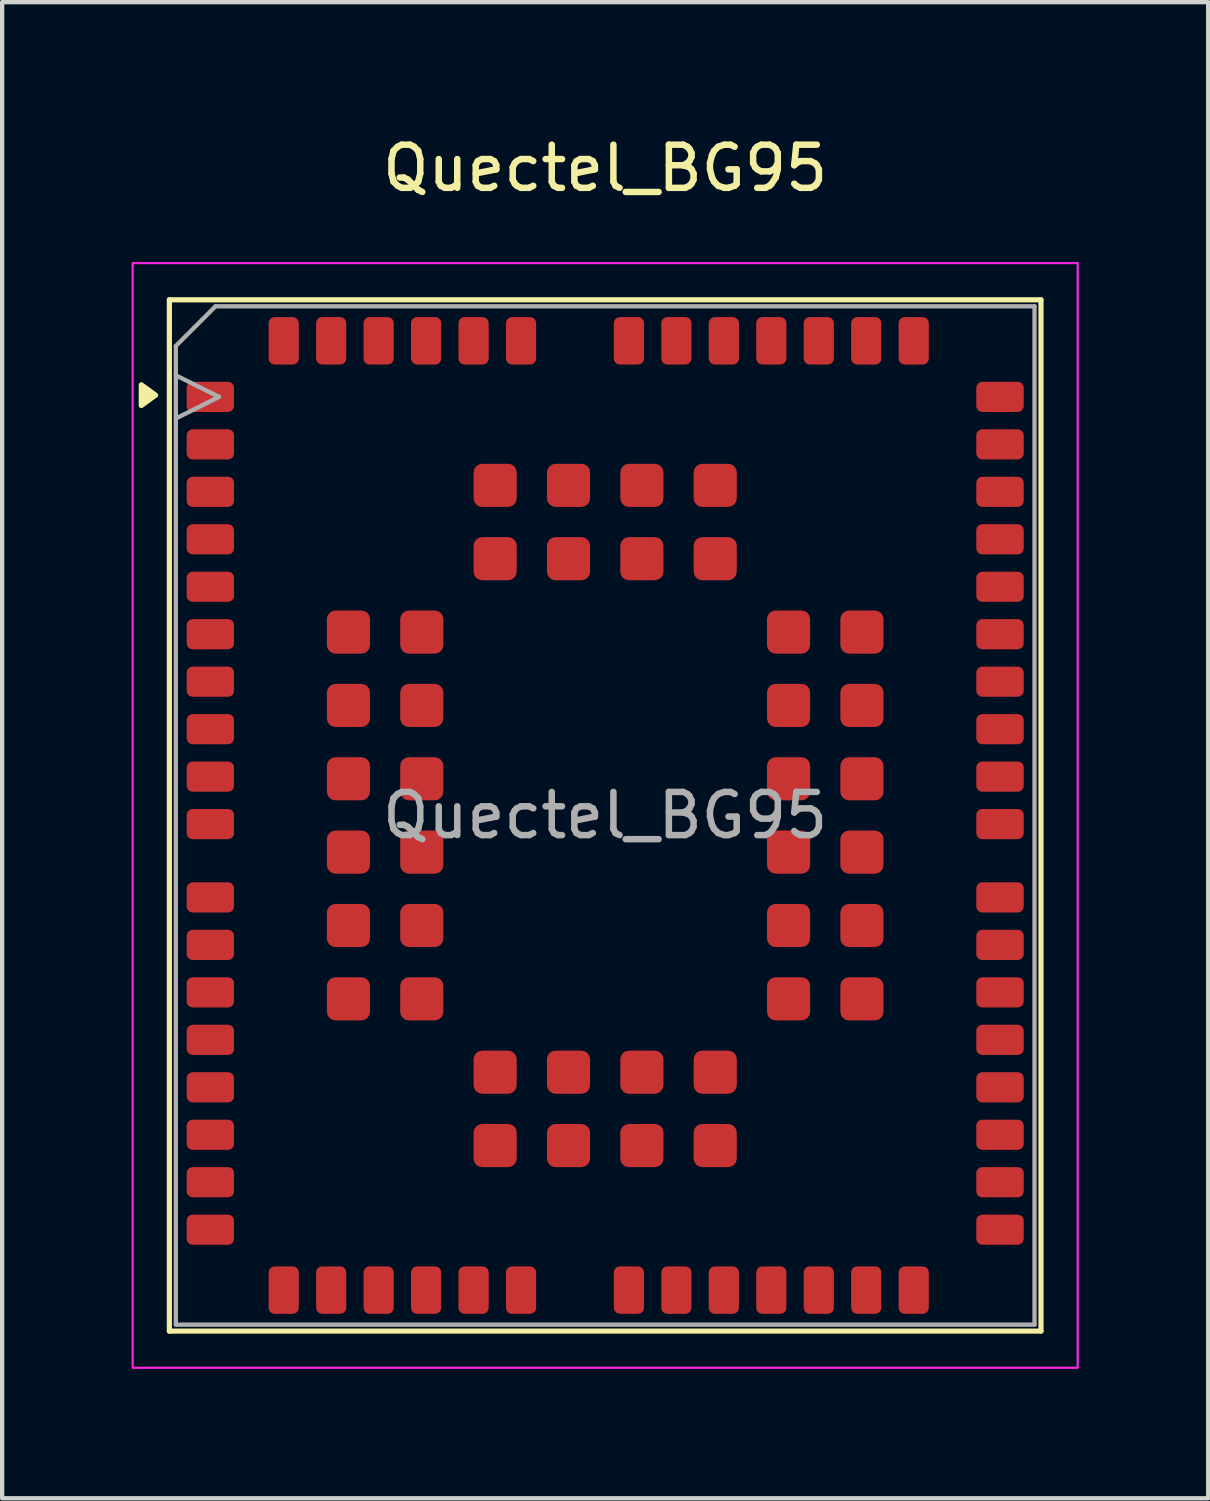
<source format=kicad_pcb>
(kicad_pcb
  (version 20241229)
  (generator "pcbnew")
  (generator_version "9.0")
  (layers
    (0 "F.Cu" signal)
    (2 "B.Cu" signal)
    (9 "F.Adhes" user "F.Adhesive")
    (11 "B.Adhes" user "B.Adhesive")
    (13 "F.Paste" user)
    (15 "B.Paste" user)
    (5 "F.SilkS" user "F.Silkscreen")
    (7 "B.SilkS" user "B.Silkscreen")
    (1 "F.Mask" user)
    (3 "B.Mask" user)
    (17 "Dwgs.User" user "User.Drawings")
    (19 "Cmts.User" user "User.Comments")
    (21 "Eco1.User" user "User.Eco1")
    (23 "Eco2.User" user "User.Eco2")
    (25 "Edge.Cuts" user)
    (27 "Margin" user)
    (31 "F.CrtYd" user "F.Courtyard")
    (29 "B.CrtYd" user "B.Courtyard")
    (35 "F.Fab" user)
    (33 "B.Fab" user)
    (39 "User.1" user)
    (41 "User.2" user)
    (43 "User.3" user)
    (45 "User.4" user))
  (footprint "Quectel_BG95"
    (layer "F.Cu")
    (at 10.975 15.848)
    (property "Reference" "Quectel_BG95" (at 0 -15 0) (layer "F.SilkS") (effects (font (size 1 1) (thickness 0.15))))
    (attr smd)
    (fp_line (start -10.1 -11.95) (end 10.1 -11.95) (stroke (width 0.12) (type solid)) (layer "F.SilkS"))
    (fp_line (start -10.1 11.95) (end -10.1 -11.95) (stroke (width 0.12) (type solid)) (layer "F.SilkS"))
    (fp_line (start 10.1 -11.95) (end 10.1 11.95) (stroke (width 0.12) (type solid)) (layer "F.SilkS"))
    (fp_line (start 10.1 11.95) (end -10.1 11.95) (stroke (width 0.12) (type solid)) (layer "F.SilkS"))
    (fp_poly (pts (xy -10.42 -9.74) (xy -10.75 -9.5) (xy -10.75 -9.98) (xy -10.42 -9.74)) (stroke (width 0.12) (type solid)) (fill yes) (layer "F.SilkS"))
    (fp_rect (start -10.95 -12.8) (end 10.95 12.8) (stroke (width 0.05) (type solid)) (fill no) (layer "F.CrtYd"))
    (fp_line (start -9.95 -10.88) (end -9.03 -11.8) (stroke (width 0.1) (type solid)) (layer "F.Fab"))
    (fp_line (start -9.95 -10.2) (end -8.95 -9.7) (stroke (width 0.1) (type solid)) (layer "F.Fab"))
    (fp_line (start -9.95 11.8) (end -9.95 -10.88) (stroke (width 0.1) (type solid)) (layer "F.Fab"))
    (fp_line (start -9.03 -11.8) (end 9.95 -11.8) (stroke (width 0.1) (type solid)) (layer "F.Fab"))
    (fp_line (start -8.95 -9.7) (end -9.95 -9.2) (stroke (width 0.1) (type solid)) (layer "F.Fab"))
    (fp_line (start 9.95 -11.8) (end 9.95 11.8) (stroke (width 0.1) (type solid)) (layer "F.Fab"))
    (fp_line (start 9.95 11.8) (end -9.95 11.8) (stroke (width 0.1) (type solid)) (layer "F.Fab"))
    (fp_text user "${REFERENCE}" (at 0 0 0) (layer "F.Fab") (effects (font (size 1 1) (thickness 0.15))))
    (pad "1" smd roundrect (at -9.15 -9.7) (size 1.1 0.7) (layers "F.Cu" "F.Mask" "F.Paste") (roundrect_rratio 0.2))
    (pad "2" smd roundrect (at -9.15 -8.6) (size 1.1 0.7) (layers "F.Cu" "F.Mask" "F.Paste") (roundrect_rratio 0.2))
    (pad "3" smd roundrect (at -9.15 -7.5) (size 1.1 0.7) (layers "F.Cu" "F.Mask" "F.Paste") (roundrect_rratio 0.2))
    (pad "4" smd roundrect (at -9.15 -6.4) (size 1.1 0.7) (layers "F.Cu" "F.Mask" "F.Paste") (roundrect_rratio 0.2))
    (pad "5" smd roundrect (at -9.15 -5.3) (size 1.1 0.7) (layers "F.Cu" "F.Mask" "F.Paste") (roundrect_rratio 0.2))
    (pad "6" smd roundrect (at -9.15 -4.2) (size 1.1 0.7) (layers "F.Cu" "F.Mask" "F.Paste") (roundrect_rratio 0.2))
    (pad "7" smd roundrect (at -9.15 -3.1) (size 1.1 0.7) (layers "F.Cu" "F.Mask" "F.Paste") (roundrect_rratio 0.2))
    (pad "8" smd roundrect (at -9.15 -2) (size 1.1 0.7) (layers "F.Cu" "F.Mask" "F.Paste") (roundrect_rratio 0.2))
    (pad "9" smd roundrect (at -9.15 -0.9) (size 1.1 0.7) (layers "F.Cu" "F.Mask" "F.Paste") (roundrect_rratio 0.2))
    (pad "10" smd roundrect (at -9.15 0.2) (size 1.1 0.7) (layers "F.Cu" "F.Mask" "F.Paste") (roundrect_rratio 0.2))
    (pad "11" smd roundrect (at -9.15 1.9) (size 1.1 0.7) (layers "F.Cu" "F.Mask" "F.Paste") (roundrect_rratio 0.2))
    (pad "12" smd roundrect (at -9.15 3) (size 1.1 0.7) (layers "F.Cu" "F.Mask" "F.Paste") (roundrect_rratio 0.2))
    (pad "13" smd roundrect (at -9.15 4.1) (size 1.1 0.7) (layers "F.Cu" "F.Mask" "F.Paste") (roundrect_rratio 0.2))
    (pad "14" smd roundrect (at -9.15 5.2) (size 1.1 0.7) (layers "F.Cu" "F.Mask" "F.Paste") (roundrect_rratio 0.2))
    (pad "15" smd roundrect (at -9.15 6.3) (size 1.1 0.7) (layers "F.Cu" "F.Mask" "F.Paste") (roundrect_rratio 0.2))
    (pad "16" smd roundrect (at -9.15 7.4) (size 1.1 0.7) (layers "F.Cu" "F.Mask" "F.Paste") (roundrect_rratio 0.2))
    (pad "17" smd roundrect (at -9.15 8.5) (size 1.1 0.7) (layers "F.Cu" "F.Mask" "F.Paste") (roundrect_rratio 0.2))
    (pad "18" smd roundrect (at -9.15 9.6) (size 1.1 0.7) (layers "F.Cu" "F.Mask" "F.Paste") (roundrect_rratio 0.2))
    (pad "19" smd roundrect (at -7.45 11) (size 0.7 1.1) (layers "F.Cu" "F.Mask" "F.Paste") (roundrect_rratio 0.2))
    (pad "20" smd roundrect (at -6.35 11) (size 0.7 1.1) (layers "F.Cu" "F.Mask" "F.Paste") (roundrect_rratio 0.2))
    (pad "21" smd roundrect (at -5.25 11) (size 0.7 1.1) (layers "F.Cu" "F.Mask" "F.Paste") (roundrect_rratio 0.2))
    (pad "22" smd roundrect (at -4.15 11) (size 0.7 1.1) (layers "F.Cu" "F.Mask" "F.Paste") (roundrect_rratio 0.2))
    (pad "23" smd roundrect (at -3.05 11) (size 0.7 1.1) (layers "F.Cu" "F.Mask" "F.Paste") (roundrect_rratio 0.2))
    (pad "24" smd roundrect (at -1.95 11) (size 0.7 1.1) (layers "F.Cu" "F.Mask" "F.Paste") (roundrect_rratio 0.2))
    (pad "25" smd roundrect (at 0.55 11) (size 0.7 1.1) (layers "F.Cu" "F.Mask" "F.Paste") (roundrect_rratio 0.2))
    (pad "26" smd roundrect (at 1.65 11) (size 0.7 1.1) (layers "F.Cu" "F.Mask" "F.Paste") (roundrect_rratio 0.2))
    (pad "27" smd roundrect (at 2.75 11) (size 0.7 1.1) (layers "F.Cu" "F.Mask" "F.Paste") (roundrect_rratio 0.2))
    (pad "28" smd roundrect (at 3.85 11) (size 0.7 1.1) (layers "F.Cu" "F.Mask" "F.Paste") (roundrect_rratio 0.2))
    (pad "29" smd roundrect (at 4.95 11) (size 0.7 1.1) (layers "F.Cu" "F.Mask" "F.Paste") (roundrect_rratio 0.2))
    (pad "30" smd roundrect (at 6.05 11) (size 0.7 1.1) (layers "F.Cu" "F.Mask" "F.Paste") (roundrect_rratio 0.2))
    (pad "31" smd roundrect (at 7.15 11) (size 0.7 1.1) (layers "F.Cu" "F.Mask" "F.Paste") (roundrect_rratio 0.2))
    (pad "32" smd roundrect (at 9.15 9.6) (size 1.1 0.7) (layers "F.Cu" "F.Mask" "F.Paste") (roundrect_rratio 0.2))
    (pad "33" smd roundrect (at 9.15 8.5) (size 1.1 0.7) (layers "F.Cu" "F.Mask" "F.Paste") (roundrect_rratio 0.2))
    (pad "34" smd roundrect (at 9.15 7.4) (size 1.1 0.7) (layers "F.Cu" "F.Mask" "F.Paste") (roundrect_rratio 0.2))
    (pad "35" smd roundrect (at 9.15 6.3) (size 1.1 0.7) (layers "F.Cu" "F.Mask" "F.Paste") (roundrect_rratio 0.2))
    (pad "36" smd roundrect (at 9.15 5.2) (size 1.1 0.7) (layers "F.Cu" "F.Mask" "F.Paste") (roundrect_rratio 0.2))
    (pad "37" smd roundrect (at 9.15 4.1) (size 1.1 0.7) (layers "F.Cu" "F.Mask" "F.Paste") (roundrect_rratio 0.2))
    (pad "38" smd roundrect (at 9.15 3) (size 1.1 0.7) (layers "F.Cu" "F.Mask" "F.Paste") (roundrect_rratio 0.2))
    (pad "39" smd roundrect (at 9.15 1.9) (size 1.1 0.7) (layers "F.Cu" "F.Mask" "F.Paste") (roundrect_rratio 0.2))
    (pad "40" smd roundrect (at 9.15 0.2) (size 1.1 0.7) (layers "F.Cu" "F.Mask" "F.Paste") (roundrect_rratio 0.2))
    (pad "41" smd roundrect (at 9.15 -0.9) (size 1.1 0.7) (layers "F.Cu" "F.Mask" "F.Paste") (roundrect_rratio 0.2))
    (pad "42" smd roundrect (at 9.15 -2) (size 1.1 0.7) (layers "F.Cu" "F.Mask" "F.Paste") (roundrect_rratio 0.2))
    (pad "43" smd roundrect (at 9.15 -3.1) (size 1.1 0.7) (layers "F.Cu" "F.Mask" "F.Paste") (roundrect_rratio 0.2))
    (pad "44" smd roundrect (at 9.15 -4.2) (size 1.1 0.7) (layers "F.Cu" "F.Mask" "F.Paste") (roundrect_rratio 0.2))
    (pad "45" smd roundrect (at 9.15 -5.3) (size 1.1 0.7) (layers "F.Cu" "F.Mask" "F.Paste") (roundrect_rratio 0.2))
    (pad "46" smd roundrect (at 9.15 -6.4) (size 1.1 0.7) (layers "F.Cu" "F.Mask" "F.Paste") (roundrect_rratio 0.2))
    (pad "47" smd roundrect (at 9.15 -7.5) (size 1.1 0.7) (layers "F.Cu" "F.Mask" "F.Paste") (roundrect_rratio 0.2))
    (pad "48" smd roundrect (at 9.15 -8.6) (size 1.1 0.7) (layers "F.Cu" "F.Mask" "F.Paste") (roundrect_rratio 0.2))
    (pad "49" smd roundrect (at 9.15 -9.7) (size 1.1 0.7) (layers "F.Cu" "F.Mask" "F.Paste") (roundrect_rratio 0.2))
    (pad "50" smd roundrect (at 7.15 -11) (size 0.7 1.1) (layers "F.Cu" "F.Mask" "F.Paste") (roundrect_rratio 0.2))
    (pad "51" smd roundrect (at 6.05 -11) (size 0.7 1.1) (layers "F.Cu" "F.Mask" "F.Paste") (roundrect_rratio 0.2))
    (pad "52" smd roundrect (at 4.95 -11) (size 0.7 1.1) (layers "F.Cu" "F.Mask" "F.Paste") (roundrect_rratio 0.2))
    (pad "53" smd roundrect (at 3.85 -11) (size 0.7 1.1) (layers "F.Cu" "F.Mask" "F.Paste") (roundrect_rratio 0.2))
    (pad "54" smd roundrect (at 2.75 -11) (size 0.7 1.1) (layers "F.Cu" "F.Mask" "F.Paste") (roundrect_rratio 0.2))
    (pad "55" smd roundrect (at 1.65 -11) (size 0.7 1.1) (layers "F.Cu" "F.Mask" "F.Paste") (roundrect_rratio 0.2))
    (pad "56" smd roundrect (at 0.55 -11) (size 0.7 1.1) (layers "F.Cu" "F.Mask" "F.Paste") (roundrect_rratio 0.2))
    (pad "57" smd roundrect (at -1.95 -11) (size 0.7 1.1) (layers "F.Cu" "F.Mask" "F.Paste") (roundrect_rratio 0.2))
    (pad "58" smd roundrect (at -3.05 -11) (size 0.7 1.1) (layers "F.Cu" "F.Mask" "F.Paste") (roundrect_rratio 0.2))
    (pad "59" smd roundrect (at -4.15 -11) (size 0.7 1.1) (layers "F.Cu" "F.Mask" "F.Paste") (roundrect_rratio 0.2))
    (pad "60" smd roundrect (at -5.25 -11) (size 0.7 1.1) (layers "F.Cu" "F.Mask" "F.Paste") (roundrect_rratio 0.2))
    (pad "61" smd roundrect (at -6.35 -11) (size 0.7 1.1) (layers "F.Cu" "F.Mask" "F.Paste") (roundrect_rratio 0.2))
    (pad "62" smd roundrect (at -7.45 -11) (size 0.7 1.1) (layers "F.Cu" "F.Mask" "F.Paste") (roundrect_rratio 0.2))
    (pad "63" smd roundrect (at -5.95 -4.25) (size 1 1) (layers "F.Cu" "F.Mask" "F.Paste") (roundrect_rratio 0.2))
    (pad "64" smd roundrect (at -5.95 -2.55) (size 1 1) (layers "F.Cu" "F.Mask" "F.Paste") (roundrect_rratio 0.2))
    (pad "65" smd roundrect (at -5.95 -0.85) (size 1 1) (layers "F.Cu" "F.Mask" "F.Paste") (roundrect_rratio 0.2))
    (pad "66" smd roundrect (at -5.95 0.85) (size 1 1) (layers "F.Cu" "F.Mask" "F.Paste") (roundrect_rratio 0.2))
    (pad "67" smd roundrect (at -5.95 2.55) (size 1 1) (layers "F.Cu" "F.Mask" "F.Paste") (roundrect_rratio 0.2))
    (pad "68" smd roundrect (at -5.95 4.25) (size 1 1) (layers "F.Cu" "F.Mask" "F.Paste") (roundrect_rratio 0.2))
    (pad "69" smd roundrect (at -2.55 7.65 90) (size 1 1) (layers "F.Cu" "F.Mask" "F.Paste") (roundrect_rratio 0.2))
    (pad "70" smd roundrect (at -0.85 7.65 90) (size 1 1) (layers "F.Cu" "F.Mask" "F.Paste") (roundrect_rratio 0.2))
    (pad "71" smd roundrect (at 0.85 7.65 90) (size 1 1) (layers "F.Cu" "F.Mask" "F.Paste") (roundrect_rratio 0.2))
    (pad "72" smd roundrect (at 2.55 7.65 90) (size 1 1) (layers "F.Cu" "F.Mask" "F.Paste") (roundrect_rratio 0.2))
    (pad "73" smd roundrect (at 5.95 4.25) (size 1 1) (layers "F.Cu" "F.Mask" "F.Paste") (roundrect_rratio 0.2))
    (pad "74" smd roundrect (at 5.95 2.55) (size 1 1) (layers "F.Cu" "F.Mask" "F.Paste") (roundrect_rratio 0.2))
    (pad "75" smd roundrect (at 5.95 0.85) (size 1 1) (layers "F.Cu" "F.Mask" "F.Paste") (roundrect_rratio 0.2))
    (pad "76" smd roundrect (at 5.95 -0.85) (size 1 1) (layers "F.Cu" "F.Mask" "F.Paste") (roundrect_rratio 0.2))
    (pad "77" smd roundrect (at 5.95 -2.55) (size 1 1) (layers "F.Cu" "F.Mask" "F.Paste") (roundrect_rratio 0.2))
    (pad "78" smd roundrect (at 5.95 -4.25) (size 1 1) (layers "F.Cu" "F.Mask" "F.Paste") (roundrect_rratio 0.2))
    (pad "79" smd roundrect (at 2.55 -7.65 90) (size 1 1) (layers "F.Cu" "F.Mask" "F.Paste") (roundrect_rratio 0.2))
    (pad "80" smd roundrect (at 0.85 -7.65 90) (size 1 1) (layers "F.Cu" "F.Mask" "F.Paste") (roundrect_rratio 0.2))
    (pad "81" smd roundrect (at -0.85 -7.65 90) (size 1 1) (layers "F.Cu" "F.Mask" "F.Paste") (roundrect_rratio 0.2))
    (pad "82" smd roundrect (at -2.55 -7.65 90) (size 1 1) (layers "F.Cu" "F.Mask" "F.Paste") (roundrect_rratio 0.2))
    (pad "83" smd roundrect (at -4.25 -4.25) (size 1 1) (layers "F.Cu" "F.Mask" "F.Paste") (roundrect_rratio 0.2))
    (pad "84" smd roundrect (at -4.25 -2.55) (size 1 1) (layers "F.Cu" "F.Mask" "F.Paste") (roundrect_rratio 0.2))
    (pad "85" smd roundrect (at -4.25 -0.85) (size 1 1) (layers "F.Cu" "F.Mask" "F.Paste") (roundrect_rratio 0.2))
    (pad "86" smd roundrect (at -4.25 0.85) (size 1 1) (layers "F.Cu" "F.Mask" "F.Paste") (roundrect_rratio 0.2))
    (pad "87" smd roundrect (at -4.25 2.55) (size 1 1) (layers "F.Cu" "F.Mask" "F.Paste") (roundrect_rratio 0.2))
    (pad "88" smd roundrect (at -4.25 4.25) (size 1 1) (layers "F.Cu" "F.Mask" "F.Paste") (roundrect_rratio 0.2))
    (pad "89" smd roundrect (at -2.55 5.95 90) (size 1 1) (layers "F.Cu" "F.Mask" "F.Paste") (roundrect_rratio 0.2))
    (pad "90" smd roundrect (at -0.85 5.95 90) (size 1 1) (layers "F.Cu" "F.Mask" "F.Paste") (roundrect_rratio 0.2))
    (pad "91" smd roundrect (at 0.85 5.95 90) (size 1 1) (layers "F.Cu" "F.Mask" "F.Paste") (roundrect_rratio 0.2))
    (pad "92" smd roundrect (at 2.55 5.95 90) (size 1 1) (layers "F.Cu" "F.Mask" "F.Paste") (roundrect_rratio 0.2))
    (pad "93" smd roundrect (at 4.25 4.25) (size 1 1) (layers "F.Cu" "F.Mask" "F.Paste") (roundrect_rratio 0.2))
    (pad "94" smd roundrect (at 4.25 2.55) (size 1 1) (layers "F.Cu" "F.Mask" "F.Paste") (roundrect_rratio 0.2))
    (pad "95" smd roundrect (at 4.25 0.85) (size 1 1) (layers "F.Cu" "F.Mask" "F.Paste") (roundrect_rratio 0.2))
    (pad "96" smd roundrect (at 4.25 -0.85) (size 1 1) (layers "F.Cu" "F.Mask" "F.Paste") (roundrect_rratio 0.2))
    (pad "97" smd roundrect (at 4.25 -2.55) (size 1 1) (layers "F.Cu" "F.Mask" "F.Paste") (roundrect_rratio 0.2))
    (pad "98" smd roundrect (at 4.25 -4.25) (size 1 1) (layers "F.Cu" "F.Mask" "F.Paste") (roundrect_rratio 0.2))
    (pad "99" smd roundrect (at 2.55 -5.95 90) (size 1 1) (layers "F.Cu" "F.Mask" "F.Paste") (roundrect_rratio 0.2))
    (pad "100" smd roundrect (at 0.85 -5.95 90) (size 1 1) (layers "F.Cu" "F.Mask" "F.Paste") (roundrect_rratio 0.2))
    (pad "101" smd roundrect (at -0.85 -5.95 90) (size 1 1) (layers "F.Cu" "F.Mask" "F.Paste") (roundrect_rratio 0.2))
    (pad "102" smd roundrect (at -2.55 -5.95 90) (size 1 1) (layers "F.Cu" "F.Mask" "F.Paste") (roundrect_rratio 0.2)))
  (gr_rect
    (start -3 -3)
    (end 24.95 31.673)
    (stroke (width 0.1) (type default))
    (fill no)
    (layer "Edge.Cuts")))
</source>
